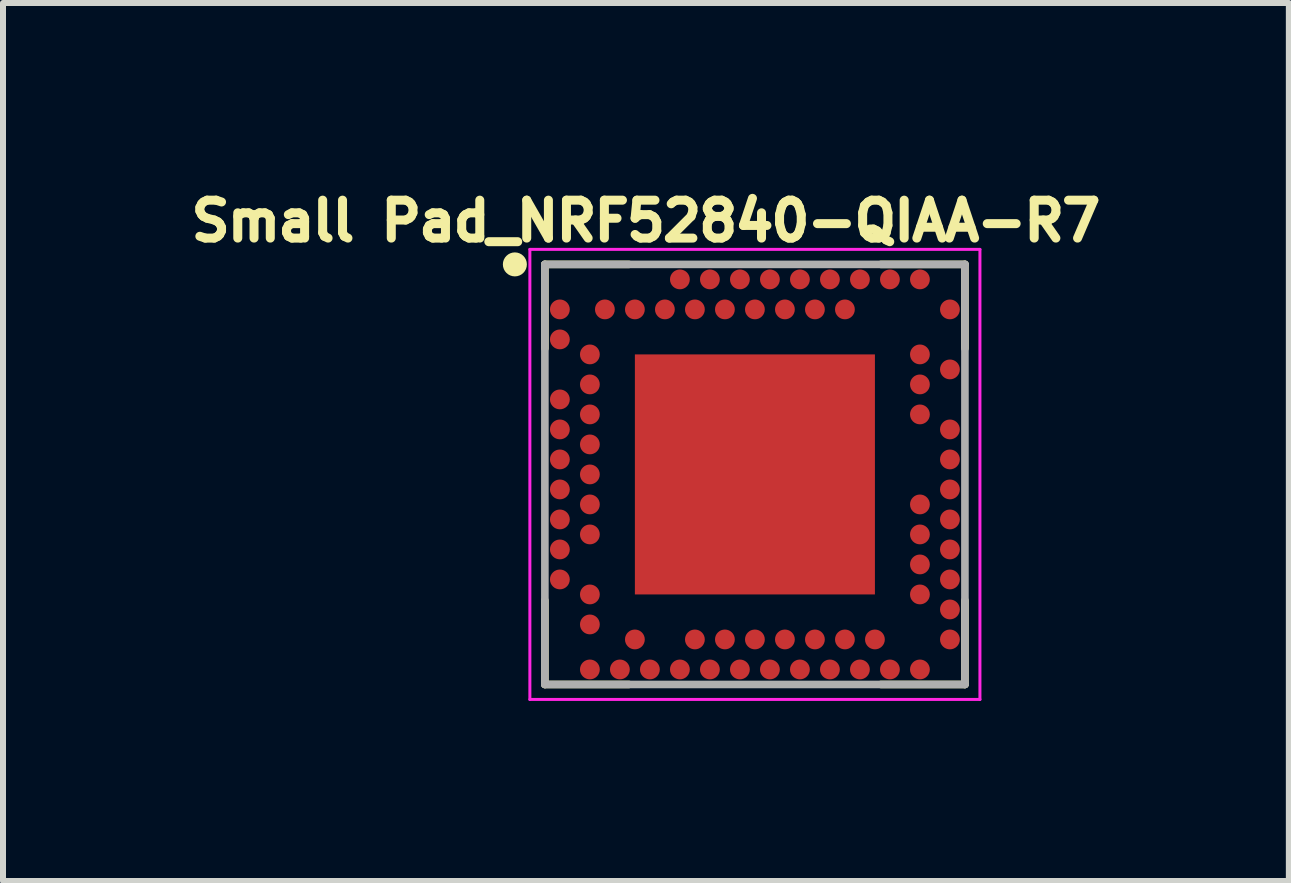
<source format=kicad_pcb>
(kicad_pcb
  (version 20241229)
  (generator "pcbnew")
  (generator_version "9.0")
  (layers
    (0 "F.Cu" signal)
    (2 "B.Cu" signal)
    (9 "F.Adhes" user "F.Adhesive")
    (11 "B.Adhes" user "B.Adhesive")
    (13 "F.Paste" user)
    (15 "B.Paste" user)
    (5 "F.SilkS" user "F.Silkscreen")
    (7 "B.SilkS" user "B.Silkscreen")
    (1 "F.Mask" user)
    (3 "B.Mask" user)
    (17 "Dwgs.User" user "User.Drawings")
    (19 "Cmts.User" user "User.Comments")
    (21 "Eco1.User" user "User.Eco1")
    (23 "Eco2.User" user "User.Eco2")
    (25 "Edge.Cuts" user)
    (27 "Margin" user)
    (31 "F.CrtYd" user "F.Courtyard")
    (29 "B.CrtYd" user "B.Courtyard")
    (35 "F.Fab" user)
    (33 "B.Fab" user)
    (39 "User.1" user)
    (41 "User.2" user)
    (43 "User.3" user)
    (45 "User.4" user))
  (footprint "Small Pad_NRF52840-QIAA-R7"
    (layer "F.Cu")
    (at 9.53 4.856)
    (property "Reference" "Small Pad_NRF52840-QIAA-R7" (at -1.816 -4.223 0) (layer "F.SilkS") (effects (font (size 0.632 0.632) (thickness 0.15))))
    (attr smd)
    (fp_line (start -3.5 -2.1) (end -3.5 -3.5) (stroke (width 0.127) (type solid)) (layer "F.SilkS"))
    (fp_line (start -3.5 2.1) (end -3.5 3.5) (stroke (width 0.127) (type solid)) (layer "F.SilkS"))
    (fp_line (start -3.5 3.5) (end -2.1 3.5) (stroke (width 0.127) (type solid)) (layer "F.SilkS"))
    (fp_line (start -2.1 -3.5) (end -3.5 -3.5) (stroke (width 0.127) (type solid)) (layer "F.SilkS"))
    (fp_line (start 2.1 3.5) (end 3.5 3.5) (stroke (width 0.127) (type solid)) (layer "F.SilkS"))
    (fp_line (start 3.5 -3.5) (end 2.1 -3.5) (stroke (width 0.127) (type solid)) (layer "F.SilkS"))
    (fp_line (start 3.5 -2.1) (end 3.5 -3.5) (stroke (width 0.127) (type solid)) (layer "F.SilkS"))
    (fp_line (start 3.5 3.5) (end 3.5 2.1) (stroke (width 0.127) (type solid)) (layer "F.SilkS"))
    (fp_circle (center -4 -3.5) (end -3.9 -3.5) (stroke (width 0.2) (type solid)) (fill no) (layer "F.SilkS"))
    (fp_poly (pts (xy -1.531 -1.53) (xy 1.53 -1.53) (xy 1.53 1.531) (xy -1.531 1.531)) (stroke (width 0.01) (type solid)) (fill yes) (layer "F.Paste"))
    (fp_line (start -3.75 -3.75) (end -3.75 3.75) (stroke (width 0.05) (type solid)) (layer "F.CrtYd"))
    (fp_line (start -3.75 3.75) (end 3.75 3.75) (stroke (width 0.05) (type solid)) (layer "F.CrtYd"))
    (fp_line (start 3.75 -3.75) (end -3.75 -3.75) (stroke (width 0.05) (type solid)) (layer "F.CrtYd"))
    (fp_line (start 3.75 3.75) (end 3.75 -3.75) (stroke (width 0.05) (type solid)) (layer "F.CrtYd"))
    (fp_line (start -3.5 -3.5) (end -3.5 3.5) (stroke (width 0.127) (type solid)) (layer "F.Fab"))
    (fp_line (start -3.5 3.5) (end 3.5 3.5) (stroke (width 0.127) (type solid)) (layer "F.Fab"))
    (fp_line (start 3.5 -3.5) (end -3.5 -3.5) (stroke (width 0.127) (type solid)) (layer "F.Fab"))
    (fp_line (start 3.5 3.5) (end 3.5 -3.5) (stroke (width 0.127) (type solid)) (layer "F.Fab"))
    (pad "A8" smd circle (at -1.25 -3.25) (size 0.33 0.33) (layers "F.Cu" "F.Mask" "F.Paste"))
    (pad "A10" smd circle (at -0.75 -3.25) (size 0.33 0.33) (layers "F.Cu" "F.Mask" "F.Paste"))
    (pad "A12" smd circle (at -0.25 -3.25) (size 0.33 0.33) (layers "F.Cu" "F.Mask" "F.Paste"))
    (pad "A14" smd circle (at 0.25 -3.25) (size 0.33 0.33) (layers "F.Cu" "F.Mask" "F.Paste"))
    (pad "A16" smd circle (at 0.75 -3.25) (size 0.33 0.33) (layers "F.Cu" "F.Mask" "F.Paste"))
    (pad "A18" smd circle (at 1.25 -3.25) (size 0.33 0.33) (layers "F.Cu" "F.Mask" "F.Paste"))
    (pad "A20" smd circle (at 1.75 -3.25) (size 0.33 0.33) (layers "F.Cu" "F.Mask" "F.Paste"))
    (pad "A22" smd circle (at 2.25 -3.25) (size 0.33 0.33) (layers "F.Cu" "F.Mask" "F.Paste"))
    (pad "A23" smd circle (at 2.75 -3.25) (size 0.33 0.33) (layers "F.Cu" "F.Mask" "F.Paste"))
    (pad "AA24" smd circle (at 3.25 2.25 90) (size 0.33 0.33) (layers "F.Cu" "F.Mask" "F.Paste"))
    (pad "AB2" smd circle (at -2.75 2.5 90) (size 0.33 0.33) (layers "F.Cu" "F.Mask" "F.Paste"))
    (pad "AC5" smd circle (at -2 2.75) (size 0.33 0.33) (layers "F.Cu" "F.Mask" "F.Paste"))
    (pad "AC9" smd circle (at -1 2.75) (size 0.33 0.33) (layers "F.Cu" "F.Mask" "F.Paste"))
    (pad "AC11" smd circle (at -0.5 2.75) (size 0.33 0.33) (layers "F.Cu" "F.Mask" "F.Paste"))
    (pad "AC13" smd circle (at 0 2.75) (size 0.33 0.33) (layers "F.Cu" "F.Mask" "F.Paste"))
    (pad "AC15" smd circle (at 0.5 2.75) (size 0.33 0.33) (layers "F.Cu" "F.Mask" "F.Paste"))
    (pad "AC17" smd circle (at 1 2.75) (size 0.33 0.33) (layers "F.Cu" "F.Mask" "F.Paste"))
    (pad "AC19" smd circle (at 1.5 2.75) (size 0.33 0.33) (layers "F.Cu" "F.Mask" "F.Paste"))
    (pad "AC21" smd circle (at 2 2.75) (size 0.33 0.33) (layers "F.Cu" "F.Mask" "F.Paste"))
    (pad "AC24" smd circle (at 3.25 2.75 90) (size 0.33 0.33) (layers "F.Cu" "F.Mask" "F.Paste"))
    (pad "AD2" smd circle (at -2.75 3.25) (size 0.33 0.33) (layers "F.Cu" "F.Mask" "F.Paste"))
    (pad "AD4" smd circle (at -2.25 3.25) (size 0.33 0.33) (layers "F.Cu" "F.Mask" "F.Paste"))
    (pad "AD6" smd circle (at -1.75 3.25) (size 0.33 0.33) (layers "F.Cu" "F.Mask" "F.Paste"))
    (pad "AD8" smd circle (at -1.25 3.25) (size 0.33 0.33) (layers "F.Cu" "F.Mask" "F.Paste"))
    (pad "AD10" smd circle (at -0.75 3.25) (size 0.33 0.33) (layers "F.Cu" "F.Mask" "F.Paste"))
    (pad "AD12" smd circle (at -0.25 3.25) (size 0.33 0.33) (layers "F.Cu" "F.Mask" "F.Paste"))
    (pad "AD14" smd circle (at 0.25 3.25) (size 0.33 0.33) (layers "F.Cu" "F.Mask" "F.Paste"))
    (pad "AD16" smd circle (at 0.75 3.25) (size 0.33 0.33) (layers "F.Cu" "F.Mask" "F.Paste"))
    (pad "AD18" smd circle (at 1.25 3.25) (size 0.33 0.33) (layers "F.Cu" "F.Mask" "F.Paste"))
    (pad "AD20" smd circle (at 1.75 3.25) (size 0.33 0.33) (layers "F.Cu" "F.Mask" "F.Paste"))
    (pad "AD22" smd circle (at 2.25 3.25) (size 0.33 0.33) (layers "F.Cu" "F.Mask" "F.Paste"))
    (pad "AD23" smd circle (at 2.75 3.25) (size 0.33 0.33) (layers "F.Cu" "F.Mask" "F.Paste"))
    (pad "B1" smd circle (at -3.25 -2.75 90) (size 0.33 0.33) (layers "F.Cu" "F.Mask" "F.Paste"))
    (pad "B3" smd circle (at -2.5 -2.75) (size 0.33 0.33) (layers "F.Cu" "F.Mask" "F.Paste"))
    (pad "B5" smd circle (at -2 -2.75) (size 0.33 0.33) (layers "F.Cu" "F.Mask" "F.Paste"))
    (pad "B7" smd circle (at -1.5 -2.75) (size 0.33 0.33) (layers "F.Cu" "F.Mask" "F.Paste"))
    (pad "B9" smd circle (at -1 -2.75) (size 0.33 0.33) (layers "F.Cu" "F.Mask" "F.Paste"))
    (pad "B11" smd circle (at -0.5 -2.75) (size 0.33 0.33) (layers "F.Cu" "F.Mask" "F.Paste"))
    (pad "B13" smd circle (at 0 -2.75) (size 0.33 0.33) (layers "F.Cu" "F.Mask" "F.Paste"))
    (pad "B15" smd circle (at 0.5 -2.75) (size 0.33 0.33) (layers "F.Cu" "F.Mask" "F.Paste"))
    (pad "B17" smd circle (at 1 -2.75) (size 0.33 0.33) (layers "F.Cu" "F.Mask" "F.Paste"))
    (pad "B19" smd circle (at 1.5 -2.75) (size 0.33 0.33) (layers "F.Cu" "F.Mask" "F.Paste"))
    (pad "B24" smd circle (at 3.25 -2.75 90) (size 0.33 0.33) (layers "F.Cu" "F.Mask" "F.Paste"))
    (pad "C1" smd circle (at -3.25 -2.25 90) (size 0.33 0.33) (layers "F.Cu" "F.Mask" "F.Paste"))
    (pad "D2" smd circle (at -2.75 -2 90) (size 0.33 0.33) (layers "F.Cu" "F.Mask" "F.Paste"))
    (pad "D23" smd circle (at 2.75 -2 90) (size 0.33 0.33) (layers "F.Cu" "F.Mask" "F.Paste"))
    (pad "E24" smd circle (at 3.25 -1.75 90) (size 0.33 0.33) (layers "F.Cu" "F.Mask" "F.Paste"))
    (pad "EXP" smd rect (at 0 0) (size 4 4) (layers "F.Cu" "F.Mask"))
    (pad "F2" smd circle (at -2.75 -1.5 90) (size 0.33 0.33) (layers "F.Cu" "F.Mask" "F.Paste"))
    (pad "F23" smd circle (at 2.75 -1.5 90) (size 0.33 0.33) (layers "F.Cu" "F.Mask" "F.Paste"))
    (pad "G1" smd circle (at -3.25 -1.25 90) (size 0.33 0.33) (layers "F.Cu" "F.Mask" "F.Paste"))
    (pad "H2" smd circle (at -2.75 -1 90) (size 0.33 0.33) (layers "F.Cu" "F.Mask" "F.Paste"))
    (pad "H23" smd circle (at 2.75 -1 90) (size 0.33 0.33) (layers "F.Cu" "F.Mask" "F.Paste"))
    (pad "J1" smd circle (at -3.25 -0.75 90) (size 0.33 0.33) (layers "F.Cu" "F.Mask" "F.Paste"))
    (pad "J24" smd circle (at 3.25 -0.75 90) (size 0.33 0.33) (layers "F.Cu" "F.Mask" "F.Paste"))
    (pad "K2" smd circle (at -2.75 -0.5 90) (size 0.33 0.33) (layers "F.Cu" "F.Mask" "F.Paste"))
    (pad "L1" smd circle (at -3.25 -0.25 90) (size 0.33 0.33) (layers "F.Cu" "F.Mask" "F.Paste"))
    (pad "L24" smd circle (at 3.25 -0.25 90) (size 0.33 0.33) (layers "F.Cu" "F.Mask" "F.Paste"))
    (pad "M2" smd circle (at -2.75 0 90) (size 0.33 0.33) (layers "F.Cu" "F.Mask" "F.Paste"))
    (pad "N1" smd circle (at -3.25 0.25 90) (size 0.33 0.33) (layers "F.Cu" "F.Mask" "F.Paste"))
    (pad "N24" smd circle (at 3.25 0.25 90) (size 0.33 0.33) (layers "F.Cu" "F.Mask" "F.Paste"))
    (pad "P2" smd circle (at -2.75 0.5 90) (size 0.33 0.33) (layers "F.Cu" "F.Mask" "F.Paste"))
    (pad "P23" smd circle (at 2.75 0.5 90) (size 0.33 0.33) (layers "F.Cu" "F.Mask" "F.Paste"))
    (pad "R1" smd circle (at -3.25 0.75 90) (size 0.33 0.33) (layers "F.Cu" "F.Mask" "F.Paste"))
    (pad "R24" smd circle (at 3.25 0.75 90) (size 0.33 0.33) (layers "F.Cu" "F.Mask" "F.Paste"))
    (pad "T2" smd circle (at -2.75 1 90) (size 0.33 0.33) (layers "F.Cu" "F.Mask" "F.Paste"))
    (pad "T23" smd circle (at 2.75 1 90) (size 0.33 0.33) (layers "F.Cu" "F.Mask" "F.Paste"))
    (pad "U1" smd circle (at -3.25 1.25 90) (size 0.33 0.33) (layers "F.Cu" "F.Mask" "F.Paste"))
    (pad "U24" smd circle (at 3.25 1.25 90) (size 0.33 0.33) (layers "F.Cu" "F.Mask" "F.Paste"))
    (pad "V23" smd circle (at 2.75 1.5 90) (size 0.33 0.33) (layers "F.Cu" "F.Mask" "F.Paste"))
    (pad "W1" smd circle (at -3.25 1.75 90) (size 0.33 0.33) (layers "F.Cu" "F.Mask" "F.Paste"))
    (pad "W24" smd circle (at 3.25 1.75 90) (size 0.33 0.33) (layers "F.Cu" "F.Mask" "F.Paste"))
    (pad "Y2" smd circle (at -2.75 2 90) (size 0.33 0.33) (layers "F.Cu" "F.Mask" "F.Paste"))
    (pad "Y23" smd circle (at 2.75 2 90) (size 0.33 0.33) (layers "F.Cu" "F.Mask" "F.Paste")))
  (gr_rect
    (start -3 -3)
    (end 18.428 11.631)
    (stroke (width 0.1) (type default))
    (fill no)
    (layer "Edge.Cuts")))
</source>
